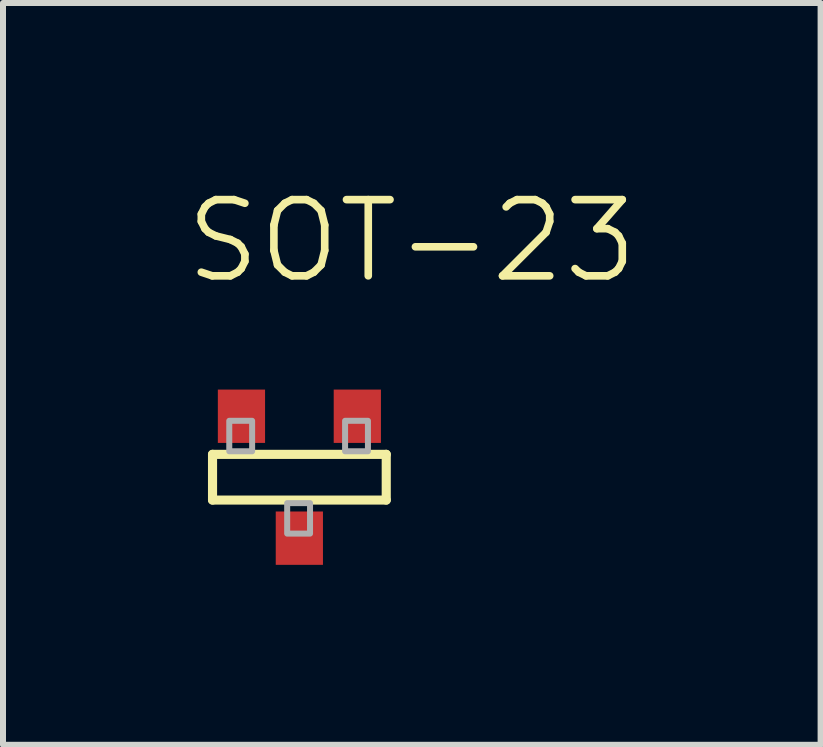
<source format=kicad_pcb>
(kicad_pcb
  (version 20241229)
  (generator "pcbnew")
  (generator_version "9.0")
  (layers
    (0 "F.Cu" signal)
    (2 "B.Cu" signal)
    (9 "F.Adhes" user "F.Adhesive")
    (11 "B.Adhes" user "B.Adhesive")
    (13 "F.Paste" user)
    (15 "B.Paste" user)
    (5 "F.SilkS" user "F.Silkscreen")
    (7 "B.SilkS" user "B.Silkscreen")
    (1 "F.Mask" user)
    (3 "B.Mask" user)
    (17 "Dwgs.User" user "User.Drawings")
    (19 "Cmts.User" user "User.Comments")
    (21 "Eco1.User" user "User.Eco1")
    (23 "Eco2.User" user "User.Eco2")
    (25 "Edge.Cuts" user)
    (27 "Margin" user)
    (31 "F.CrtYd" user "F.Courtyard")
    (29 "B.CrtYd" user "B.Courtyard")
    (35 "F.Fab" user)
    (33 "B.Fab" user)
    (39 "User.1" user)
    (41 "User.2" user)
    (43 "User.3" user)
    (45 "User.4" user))
  (footprint "SOT-23"
    (layer "F.Cu")
    (at 1.914 4.903)
    (property "Reference" "SOT-23" (at 1.899 -3.937 0) (layer "F.SilkS") (effects (font (size 1.27 1.27) (thickness 0.127))))
    (attr through_hole)
    (fp_line (start -1.422 -0.381) (end 1.473 -0.381) (stroke (width 0.152) (type solid)) (layer "F.SilkS"))
    (fp_line (start -1.422 0.381) (end -1.422 -0.381) (stroke (width 0.152) (type solid)) (layer "F.SilkS"))
    (fp_line (start 1.473 -0.381) (end 1.473 0.381) (stroke (width 0.152) (type solid)) (layer "F.SilkS"))
    (fp_line (start 1.473 0.381) (end -1.422 0.381) (stroke (width 0.152) (type solid)) (layer "F.SilkS"))
    (fp_poly (pts (xy -1.143 -0.94) (xy -0.762 -0.94) (xy -0.762 -0.432) (xy -1.143 -0.432)) (stroke (width 0.1) (type solid)) (fill no) (layer "F.Fab"))
    (fp_poly (pts (xy -0.178 0.432) (xy 0.203 0.432) (xy 0.203 0.94) (xy -0.178 0.94)) (stroke (width 0.1) (type solid)) (fill no) (layer "F.Fab"))
    (fp_poly (pts (xy 0.787 -0.94) (xy 1.168 -0.94) (xy 1.168 -0.432) (xy 0.787 -0.432)) (stroke (width 0.1) (type solid)) (fill no) (layer "F.Fab"))
    (pad "1" smd rect (at 0.025 1.016) (size 0.787 0.889) (layers "F.Cu" "F.Mask" "F.Paste"))
    (pad "2" smd rect (at -0.94 -1.016) (size 0.787 0.889) (layers "F.Cu" "F.Mask" "F.Paste"))
    (pad "3" smd rect (at 0.991 -1.016) (size 0.787 0.889) (layers "F.Cu" "F.Mask" "F.Paste")))
  (gr_rect
    (start -3 -3)
    (end 10.626 9.363)
    (stroke (width 0.1) (type default))
    (fill no)
    (layer "Edge.Cuts")))
</source>
